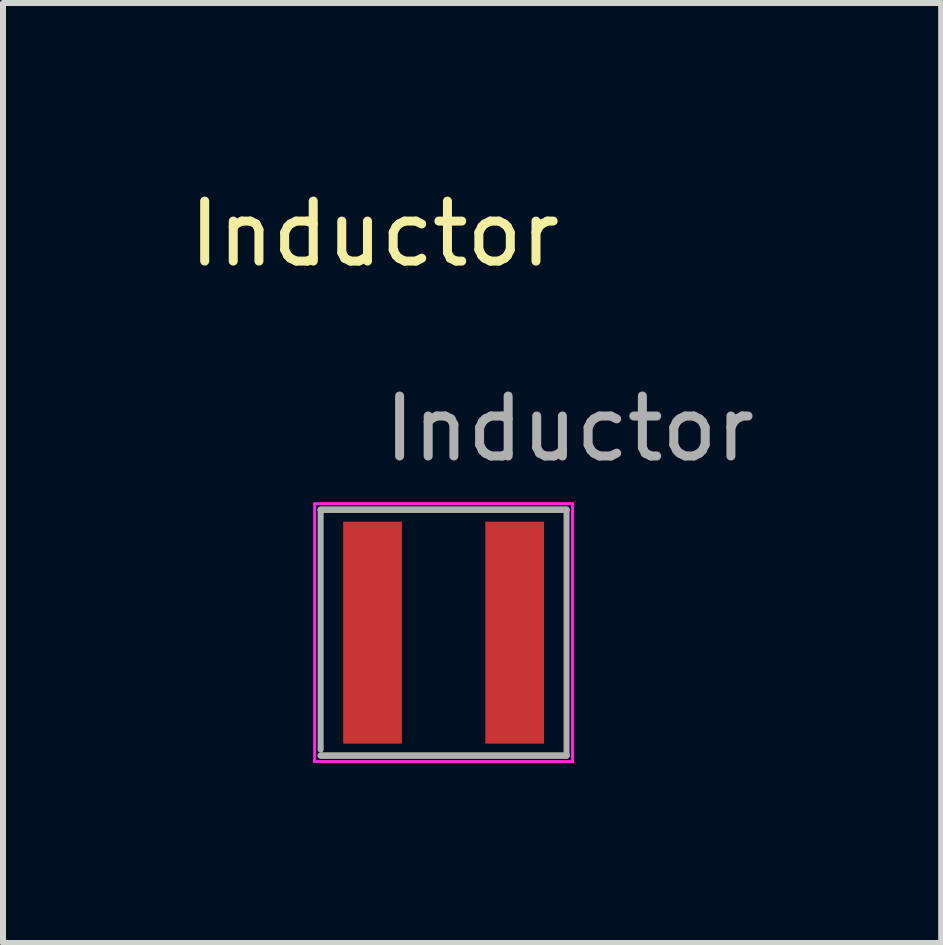
<source format=kicad_pcb>
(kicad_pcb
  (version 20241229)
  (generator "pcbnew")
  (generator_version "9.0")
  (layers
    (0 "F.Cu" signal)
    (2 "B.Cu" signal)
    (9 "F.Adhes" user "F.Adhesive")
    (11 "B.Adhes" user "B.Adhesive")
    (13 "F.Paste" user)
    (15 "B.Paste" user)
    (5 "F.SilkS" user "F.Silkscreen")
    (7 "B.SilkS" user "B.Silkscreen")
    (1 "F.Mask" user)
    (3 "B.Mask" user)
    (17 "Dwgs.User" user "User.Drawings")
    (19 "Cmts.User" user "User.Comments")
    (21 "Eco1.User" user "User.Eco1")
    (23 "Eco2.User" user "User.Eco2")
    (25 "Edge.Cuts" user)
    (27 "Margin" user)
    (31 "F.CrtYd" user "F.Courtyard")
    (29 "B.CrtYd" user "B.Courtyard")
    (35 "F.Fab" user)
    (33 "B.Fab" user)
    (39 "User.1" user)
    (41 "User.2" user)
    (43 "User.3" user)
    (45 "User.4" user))
  (footprint "Inductor"
    (layer "F.Cu")
    (at 2.196 5.348)
    (property "Reference" "Inductor" (at 1 -4.5 0) (unlocked yes) (layer "F.SilkS") (effects (font (size 1 1) (thickness 0.15))))
    (attr smd)
    (fp_line (start 0.1 4.2) (end 4.2 4.2) (stroke (width 0.1) (type solid)) (layer "F.SilkS"))
    (fp_line (start 4.2 0.1) (end 0.1 0.1) (stroke (width 0.1) (type solid)) (layer "F.SilkS"))
    (fp_line (start 0 0) (end 4.3 0) (stroke (width 0.05) (type solid)) (layer "F.CrtYd"))
    (fp_line (start 0 4.3) (end 0 0) (stroke (width 0.05) (type solid)) (layer "F.CrtYd"))
    (fp_line (start 4.3 0) (end 4.3 4.3) (stroke (width 0.05) (type solid)) (layer "F.CrtYd"))
    (fp_line (start 4.3 4.3) (end 0 4.3) (stroke (width 0.05) (type solid)) (layer "F.CrtYd"))
    (fp_line (start 0.1 0.1) (end 4.2 0.1) (stroke (width 0.1) (type solid)) (layer "F.Fab"))
    (fp_line (start 0.1 4.1) (end 0.1 0.1) (stroke (width 0.1) (type solid)) (layer "F.Fab"))
    (fp_line (start 4.2 0.1) (end 4.2 4.2) (stroke (width 0.1) (type solid)) (layer "F.Fab"))
    (fp_line (start 4.2 4.2) (end 0.1 4.2) (stroke (width 0.1) (type solid)) (layer "F.Fab"))
    (fp_text user "${REFERENCE}" (at 4.25 -1.25 0) (unlocked yes) (layer "F.Fab") (effects (font (size 1 1) (thickness 0.15))))
    (pad "1" smd rect (at 0.965 2.15) (size 0.98 3.7) (layers "F.Cu" "F.Mask" "F.Paste"))
    (pad "2" smd rect (at 3.335 2.15) (size 0.98 3.7) (layers "F.Cu" "F.Mask" "F.Paste")))
  (gr_rect
    (start -3 -3)
    (end 12.643 12.673)
    (stroke (width 0.1) (type default))
    (fill no)
    (layer "Edge.Cuts")))
</source>
